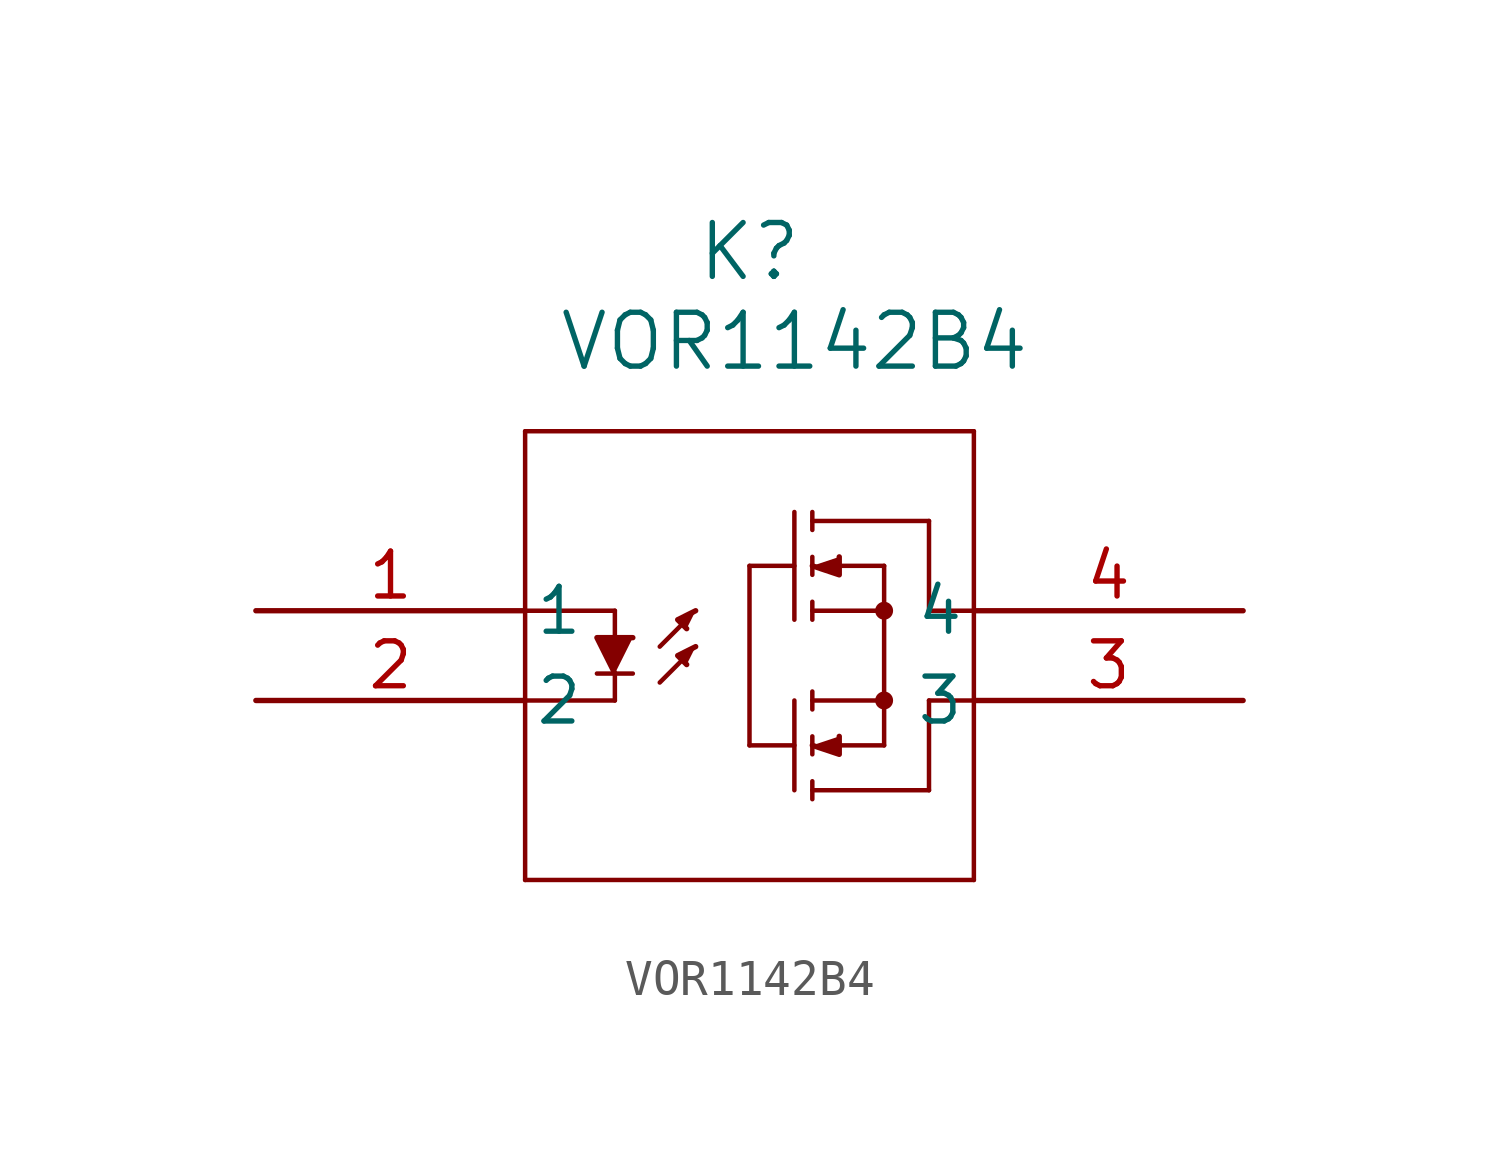
<source format=kicad_sym>
(kicad_symbol_lib
  (version 20211014)
  (generator kicad_symbol_editor)
  (symbol "VOR1142B4"
    (pin_names
      (offset 0.254))
    (property "Reference" "K"
      (at 13.97 10.16 0)
      (effects (font (size 1.524 1.524))))
    (property "Value" "VOR1142B4"
      (at 15.24 7.62 0)
      (effects (font (size 1.524 1.524))))
    (symbol "VOR1142B4_0_1"
      (polyline (pts (xy 7.62 5.08) (xy 7.62 -7.62)) (stroke (width 0.127) (type default) (color 0 0 0 0)) (fill (type none)))
      (polyline (pts (xy 7.62 -7.62) (xy 20.32 -7.62)) (stroke (width 0.127) (type default) (color 0 0 0 0)) (fill (type none)))
      (polyline (pts (xy 20.32 -7.62) (xy 20.32 5.08)) (stroke (width 0.127) (type default) (color 0 0 0 0)) (fill (type none)))
      (polyline (pts (xy 20.32 5.08) (xy 7.62 5.08)) (stroke (width 0.127) (type default) (color 0 0 0 0)) (fill (type none)))
      (polyline (pts (xy 13.97 1.27) (xy 13.97 -3.81)) (stroke (width 0.127) (type default) (color 0 0 0 0)) (fill (type none)))
      (polyline (pts (xy 15.24 2.794) (xy 15.24 -0.254)) (stroke (width 0.127) (type default) (color 0 0 0 0)) (fill (type none)))
      (polyline (pts (xy 15.24 -2.54) (xy 15.24 -5.08)) (stroke (width 0.127) (type default) (color 0 0 0 0)) (fill (type none)))
      (polyline (pts (xy 16.51 -3.81) (xy 17.78 -3.81)) (stroke (width 0.127) (type default) (color 0 0 0 0)) (fill (type none)))
      (polyline (pts (xy 15.748 -5.08) (xy 19.05 -5.08)) (stroke (width 0.127) (type default) (color 0 0 0 0)) (fill (type none)))
      (polyline (pts (xy 19.05 -2.54) (xy 19.05 -5.08)) (stroke (width 0.127) (type default) (color 0 0 0 0)) (fill (type none)))
      (polyline (pts (xy 15.748 -2.54) (xy 17.78 -2.54)) (stroke (width 0.127) (type default) (color 0 0 0 0)) (fill (type none)))
      (polyline (pts (xy 17.78 -3.81) (xy 17.78 1.27)) (stroke (width 0.127) (type default) (color 0 0 0 0)) (fill (type none)))
      (polyline (pts (xy 17.78 1.27) (xy 16.51 1.27)) (stroke (width 0.127) (type default) (color 0 0 0 0)) (fill (type none)))
      (polyline (pts (xy 17.78 0) (xy 15.748 0)) (stroke (width 0.127) (type default) (color 0 0 0 0)) (fill (type none)))
      (polyline (pts (xy 15.748 2.54) (xy 19.05 2.54)) (stroke (width 0.127) (type default) (color 0 0 0 0)) (fill (type none)))
      (polyline (pts (xy 19.05 2.54) (xy 19.05 0)) (stroke (width 0.127) (type default) (color 0 0 0 0)) (fill (type none)))
      (polyline (pts (xy 19.05 -2.54) (xy 20.32 -2.54)) (stroke (width 0.127) (type default) (color 0 0 0 0)) (fill (type none)))
      (polyline (pts (xy 19.05 0) (xy 20.32 0)) (stroke (width 0.127) (type default) (color 0 0 0 0)) (fill (type none)))
      (polyline (pts (xy 13.97 1.27) (xy 15.24 1.27)) (stroke (width 0.127) (type default) (color 0 0 0 0)) (fill (type none)))
      (polyline (pts (xy 13.97 -3.81) (xy 15.24 -3.81)) (stroke (width 0.127) (type default) (color 0 0 0 0)) (fill (type none)))
      (polyline (pts (xy 15.748 2.794) (xy 15.748 2.286)) (stroke (width 0.127) (type default) (color 0 0 0 0)) (fill (type none)))
      (polyline (pts (xy 15.748 1.524) (xy 15.748 1.016)) (stroke (width 0.127) (type default) (color 0 0 0 0)) (fill (type none)))
      (polyline (pts (xy 15.748 0.254) (xy 15.748 -0.254)) (stroke (width 0.127) (type default) (color 0 0 0 0)) (fill (type none)))
      (polyline (pts (xy 15.748 -2.286) (xy 15.748 -2.794)) (stroke (width 0.127) (type default) (color 0 0 0 0)) (fill (type none)))
      (polyline (pts (xy 15.748 -3.556) (xy 15.748 -4.064)) (stroke (width 0.127) (type default) (color 0 0 0 0)) (fill (type none)))
      (polyline (pts (xy 15.748 -4.826) (xy 15.748 -5.334)) (stroke (width 0.127) (type default) (color 0 0 0 0)) (fill (type none)))
      (polyline (pts (xy 15.748 1.27) (xy 16.51 1.016) (xy 16.51 1.524)) (stroke (width 0) (type default) (color 0 0 0 0)) (fill (type outline)))
      (polyline (pts (xy 15.748 -3.81) (xy 16.51 -4.064) (xy 16.51 -3.556)) (stroke (width 0) (type default) (color 0 0 0 0)) (fill (type outline)))
      (circle (center 17.78 -2.54) (radius 0.127) (stroke (width 0.254) (type default) (color 0 0 0 0)) (fill (type none)))
      (circle (center 17.78 0) (radius 0.127) (stroke (width 0.254) (type default) (color 0 0 0 0)) (fill (type none)))
      (polyline (pts (xy 10.16 -2.54) (xy 10.16 -1.778)) (stroke (width 0.127) (type default) (color 0 0 0 0)) (fill (type none)))
      (polyline (pts (xy 10.16 -1.778) (xy 9.652 -0.762) (xy 10.668 -0.762)) (stroke (width 0) (type default) (color 0 0 0 0)) (fill (type outline)))
      (polyline (pts (xy 10.16 -0.762) (xy 10.16 0)) (stroke (width 0.127) (type default) (color 0 0 0 0)) (fill (type none)))
      (polyline (pts (xy 9.652 -1.778) (xy 10.668 -1.778)) (stroke (width 0.127) (type default) (color 0 0 0 0)) (fill (type none)))
      (polyline (pts (xy 11.43 -1.016) (xy 12.192 -0.254)) (stroke (width 0.127) (type default) (color 0 0 0 0)) (fill (type none)))
      (polyline (pts (xy 12.446 0) (xy 11.938 -0.254) (xy 12.192 -0.508)) (stroke (width 0) (type default) (color 0 0 0 0)) (fill (type outline)))
      (polyline (pts (xy 11.43 -2.032) (xy 12.192 -1.27)) (stroke (width 0.127) (type default) (color 0 0 0 0)) (fill (type none)))
      (polyline (pts (xy 12.446 -1.016) (xy 11.938 -1.27) (xy 12.192 -1.524)) (stroke (width 0) (type default) (color 0 0 0 0)) (fill (type outline)))
      (polyline (pts (xy 7.62 0) (xy 10.16 0)) (stroke (width 0.127) (type default) (color 0 0 0 0)) (fill (type none)))
      (polyline (pts (xy 7.62 -2.54) (xy 10.16 -2.54)) (stroke (width 0.127) (type default) (color 0 0 0 0)) (fill (type none)))
      (pin unspecified line (at 0 0 0) (length 7.62) (name "1" (effects (font (size 1.27 1.27)))) (number "1" (effects (font (size 1.27 1.27)))))
      (pin unspecified line (at 0 -2.54 0) (length 7.62) (name "2" (effects (font (size 1.27 1.27)))) (number "2" (effects (font (size 1.27 1.27)))))
      (pin unspecified line (at 27.94 -2.54 180) (length 7.62) (name "3" (effects (font (size 1.27 1.27)))) (number "3" (effects (font (size 1.27 1.27)))))
      (pin unspecified line (at 27.94 0 180) (length 7.62) (name "4" (effects (font (size 1.27 1.27)))) (number "4" (effects (font (size 1.27 1.27))))))))
</source>
